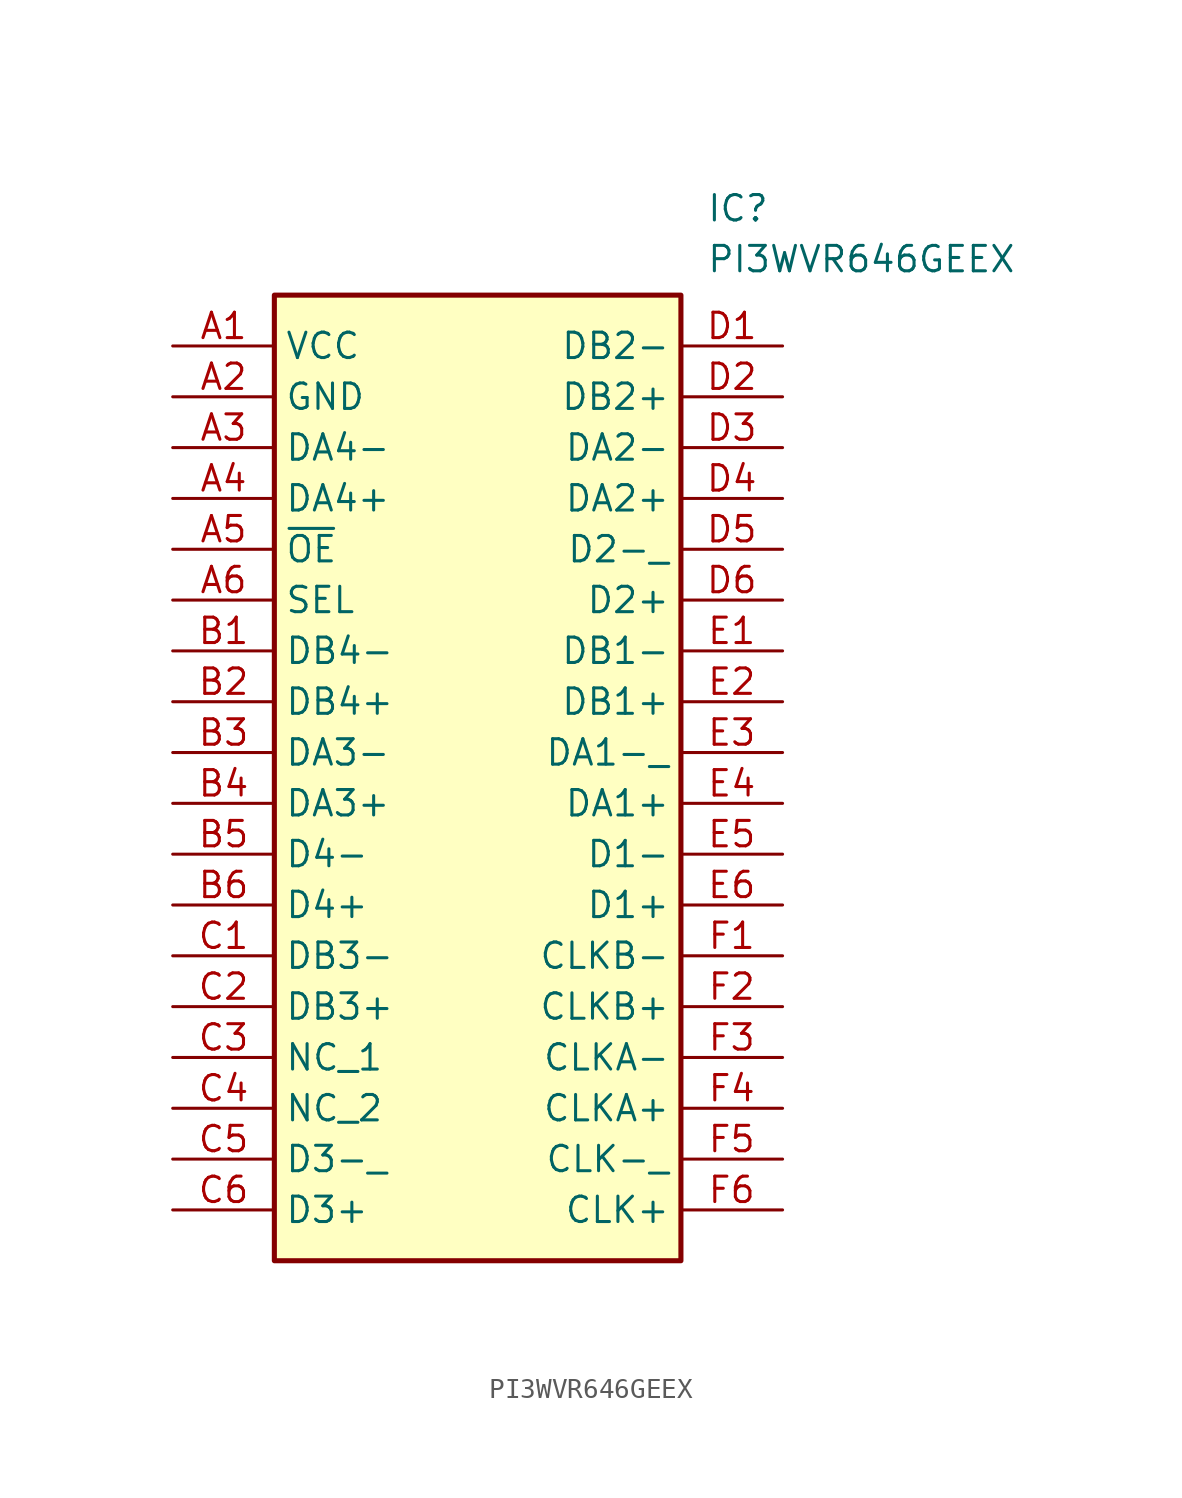
<source format=kicad_sym>
(kicad_symbol_lib
  (version 20211014)
  (generator SamacSys_ECAD_Model)
  (symbol "PI3WVR646GEEX"
    (property "Reference" "IC"
      (at 26.67 7.62 0)
      (effects (font (size 1.27 1.27)) (justify left top)))
    (property "Value" "PI3WVR646GEEX"
      (at 26.67 5.08 0)
      (effects (font (size 1.27 1.27)) (justify left top)))
    (rectangle
      (start 5.08 2.54)
      (end 25.4 -45.72)
      (stroke (width 0.254) (type default))
      (fill (type background)))
    (pin passive line
      (at 0 0 0)
      (length 5.08)
      (name "VCC" (effects (font (size 1.27 1.27))))
      (number "A1" (effects (font (size 1.27 1.27)))))
    (pin passive line
      (at 0 -2.54 0)
      (length 5.08)
      (name "GND" (effects (font (size 1.27 1.27))))
      (number "A2" (effects (font (size 1.27 1.27)))))
    (pin passive line
      (at 0 -5.08 0)
      (length 5.08)
      (name "DA4-" (effects (font (size 1.27 1.27))))
      (number "A3" (effects (font (size 1.27 1.27)))))
    (pin passive line
      (at 0 -7.62 0)
      (length 5.08)
      (name "DA4+" (effects (font (size 1.27 1.27))))
      (number "A4" (effects (font (size 1.27 1.27)))))
    (pin passive line
      (at 0 -10.16 0)
      (length 5.08)
      (name "~{OE}" (effects (font (size 1.27 1.27))))
      (number "A5" (effects (font (size 1.27 1.27)))))
    (pin passive line
      (at 0 -12.7 0)
      (length 5.08)
      (name "SEL" (effects (font (size 1.27 1.27))))
      (number "A6" (effects (font (size 1.27 1.27)))))
    (pin passive line
      (at 0 -15.24 0)
      (length 5.08)
      (name "DB4-" (effects (font (size 1.27 1.27))))
      (number "B1" (effects (font (size 1.27 1.27)))))
    (pin passive line
      (at 0 -17.78 0)
      (length 5.08)
      (name "DB4+" (effects (font (size 1.27 1.27))))
      (number "B2" (effects (font (size 1.27 1.27)))))
    (pin passive line
      (at 0 -20.32 0)
      (length 5.08)
      (name "DA3-" (effects (font (size 1.27 1.27))))
      (number "B3" (effects (font (size 1.27 1.27)))))
    (pin passive line
      (at 0 -22.86 0)
      (length 5.08)
      (name "DA3+" (effects (font (size 1.27 1.27))))
      (number "B4" (effects (font (size 1.27 1.27)))))
    (pin passive line
      (at 0 -25.4 0)
      (length 5.08)
      (name "D4-" (effects (font (size 1.27 1.27))))
      (number "B5" (effects (font (size 1.27 1.27)))))
    (pin passive line
      (at 0 -27.94 0)
      (length 5.08)
      (name "D4+" (effects (font (size 1.27 1.27))))
      (number "B6" (effects (font (size 1.27 1.27)))))
    (pin passive line
      (at 0 -30.48 0)
      (length 5.08)
      (name "DB3-" (effects (font (size 1.27 1.27))))
      (number "C1" (effects (font (size 1.27 1.27)))))
    (pin passive line
      (at 0 -33.02 0)
      (length 5.08)
      (name "DB3+" (effects (font (size 1.27 1.27))))
      (number "C2" (effects (font (size 1.27 1.27)))))
    (pin passive line
      (at 0 -35.56 0)
      (length 5.08)
      (name "NC_1" (effects (font (size 1.27 1.27))))
      (number "C3" (effects (font (size 1.27 1.27)))))
    (pin passive line
      (at 0 -38.1 0)
      (length 5.08)
      (name "NC_2" (effects (font (size 1.27 1.27))))
      (number "C4" (effects (font (size 1.27 1.27)))))
    (pin passive line
      (at 0 -40.64 0)
      (length 5.08)
      (name "D3-_" (effects (font (size 1.27 1.27))))
      (number "C5" (effects (font (size 1.27 1.27)))))
    (pin passive line
      (at 0 -43.18 0)
      (length 5.08)
      (name "D3+" (effects (font (size 1.27 1.27))))
      (number "C6" (effects (font (size 1.27 1.27)))))
    (pin passive line
      (at 30.48 0 180)
      (length 5.08)
      (name "DB2-" (effects (font (size 1.27 1.27))))
      (number "D1" (effects (font (size 1.27 1.27)))))
    (pin passive line
      (at 30.48 -2.54 180)
      (length 5.08)
      (name "DB2+" (effects (font (size 1.27 1.27))))
      (number "D2" (effects (font (size 1.27 1.27)))))
    (pin passive line
      (at 30.48 -5.08 180)
      (length 5.08)
      (name "DA2-" (effects (font (size 1.27 1.27))))
      (number "D3" (effects (font (size 1.27 1.27)))))
    (pin passive line
      (at 30.48 -7.62 180)
      (length 5.08)
      (name "DA2+" (effects (font (size 1.27 1.27))))
      (number "D4" (effects (font (size 1.27 1.27)))))
    (pin passive line
      (at 30.48 -10.16 180)
      (length 5.08)
      (name "D2-_" (effects (font (size 1.27 1.27))))
      (number "D5" (effects (font (size 1.27 1.27)))))
    (pin passive line
      (at 30.48 -12.7 180)
      (length 5.08)
      (name "D2+" (effects (font (size 1.27 1.27))))
      (number "D6" (effects (font (size 1.27 1.27)))))
    (pin passive line
      (at 30.48 -15.24 180)
      (length 5.08)
      (name "DB1-" (effects (font (size 1.27 1.27))))
      (number "E1" (effects (font (size 1.27 1.27)))))
    (pin passive line
      (at 30.48 -17.78 180)
      (length 5.08)
      (name "DB1+" (effects (font (size 1.27 1.27))))
      (number "E2" (effects (font (size 1.27 1.27)))))
    (pin passive line
      (at 30.48 -20.32 180)
      (length 5.08)
      (name "DA1-_" (effects (font (size 1.27 1.27))))
      (number "E3" (effects (font (size 1.27 1.27)))))
    (pin passive line
      (at 30.48 -22.86 180)
      (length 5.08)
      (name "DA1+" (effects (font (size 1.27 1.27))))
      (number "E4" (effects (font (size 1.27 1.27)))))
    (pin passive line
      (at 30.48 -25.4 180)
      (length 5.08)
      (name "D1-" (effects (font (size 1.27 1.27))))
      (number "E5" (effects (font (size 1.27 1.27)))))
    (pin passive line
      (at 30.48 -27.94 180)
      (length 5.08)
      (name "D1+" (effects (font (size 1.27 1.27))))
      (number "E6" (effects (font (size 1.27 1.27)))))
    (pin passive line
      (at 30.48 -30.48 180)
      (length 5.08)
      (name "CLKB-" (effects (font (size 1.27 1.27))))
      (number "F1" (effects (font (size 1.27 1.27)))))
    (pin passive line
      (at 30.48 -33.02 180)
      (length 5.08)
      (name "CLKB+" (effects (font (size 1.27 1.27))))
      (number "F2" (effects (font (size 1.27 1.27)))))
    (pin passive line
      (at 30.48 -35.56 180)
      (length 5.08)
      (name "CLKA-" (effects (font (size 1.27 1.27))))
      (number "F3" (effects (font (size 1.27 1.27)))))
    (pin passive line
      (at 30.48 -38.1 180)
      (length 5.08)
      (name "CLKA+" (effects (font (size 1.27 1.27))))
      (number "F4" (effects (font (size 1.27 1.27)))))
    (pin passive line
      (at 30.48 -40.64 180)
      (length 5.08)
      (name "CLK-_" (effects (font (size 1.27 1.27))))
      (number "F5" (effects (font (size 1.27 1.27)))))
    (pin passive line
      (at 30.48 -43.18 180)
      (length 5.08)
      (name "CLK+" (effects (font (size 1.27 1.27))))
      (number "F6" (effects (font (size 1.27 1.27)))))))
</source>
